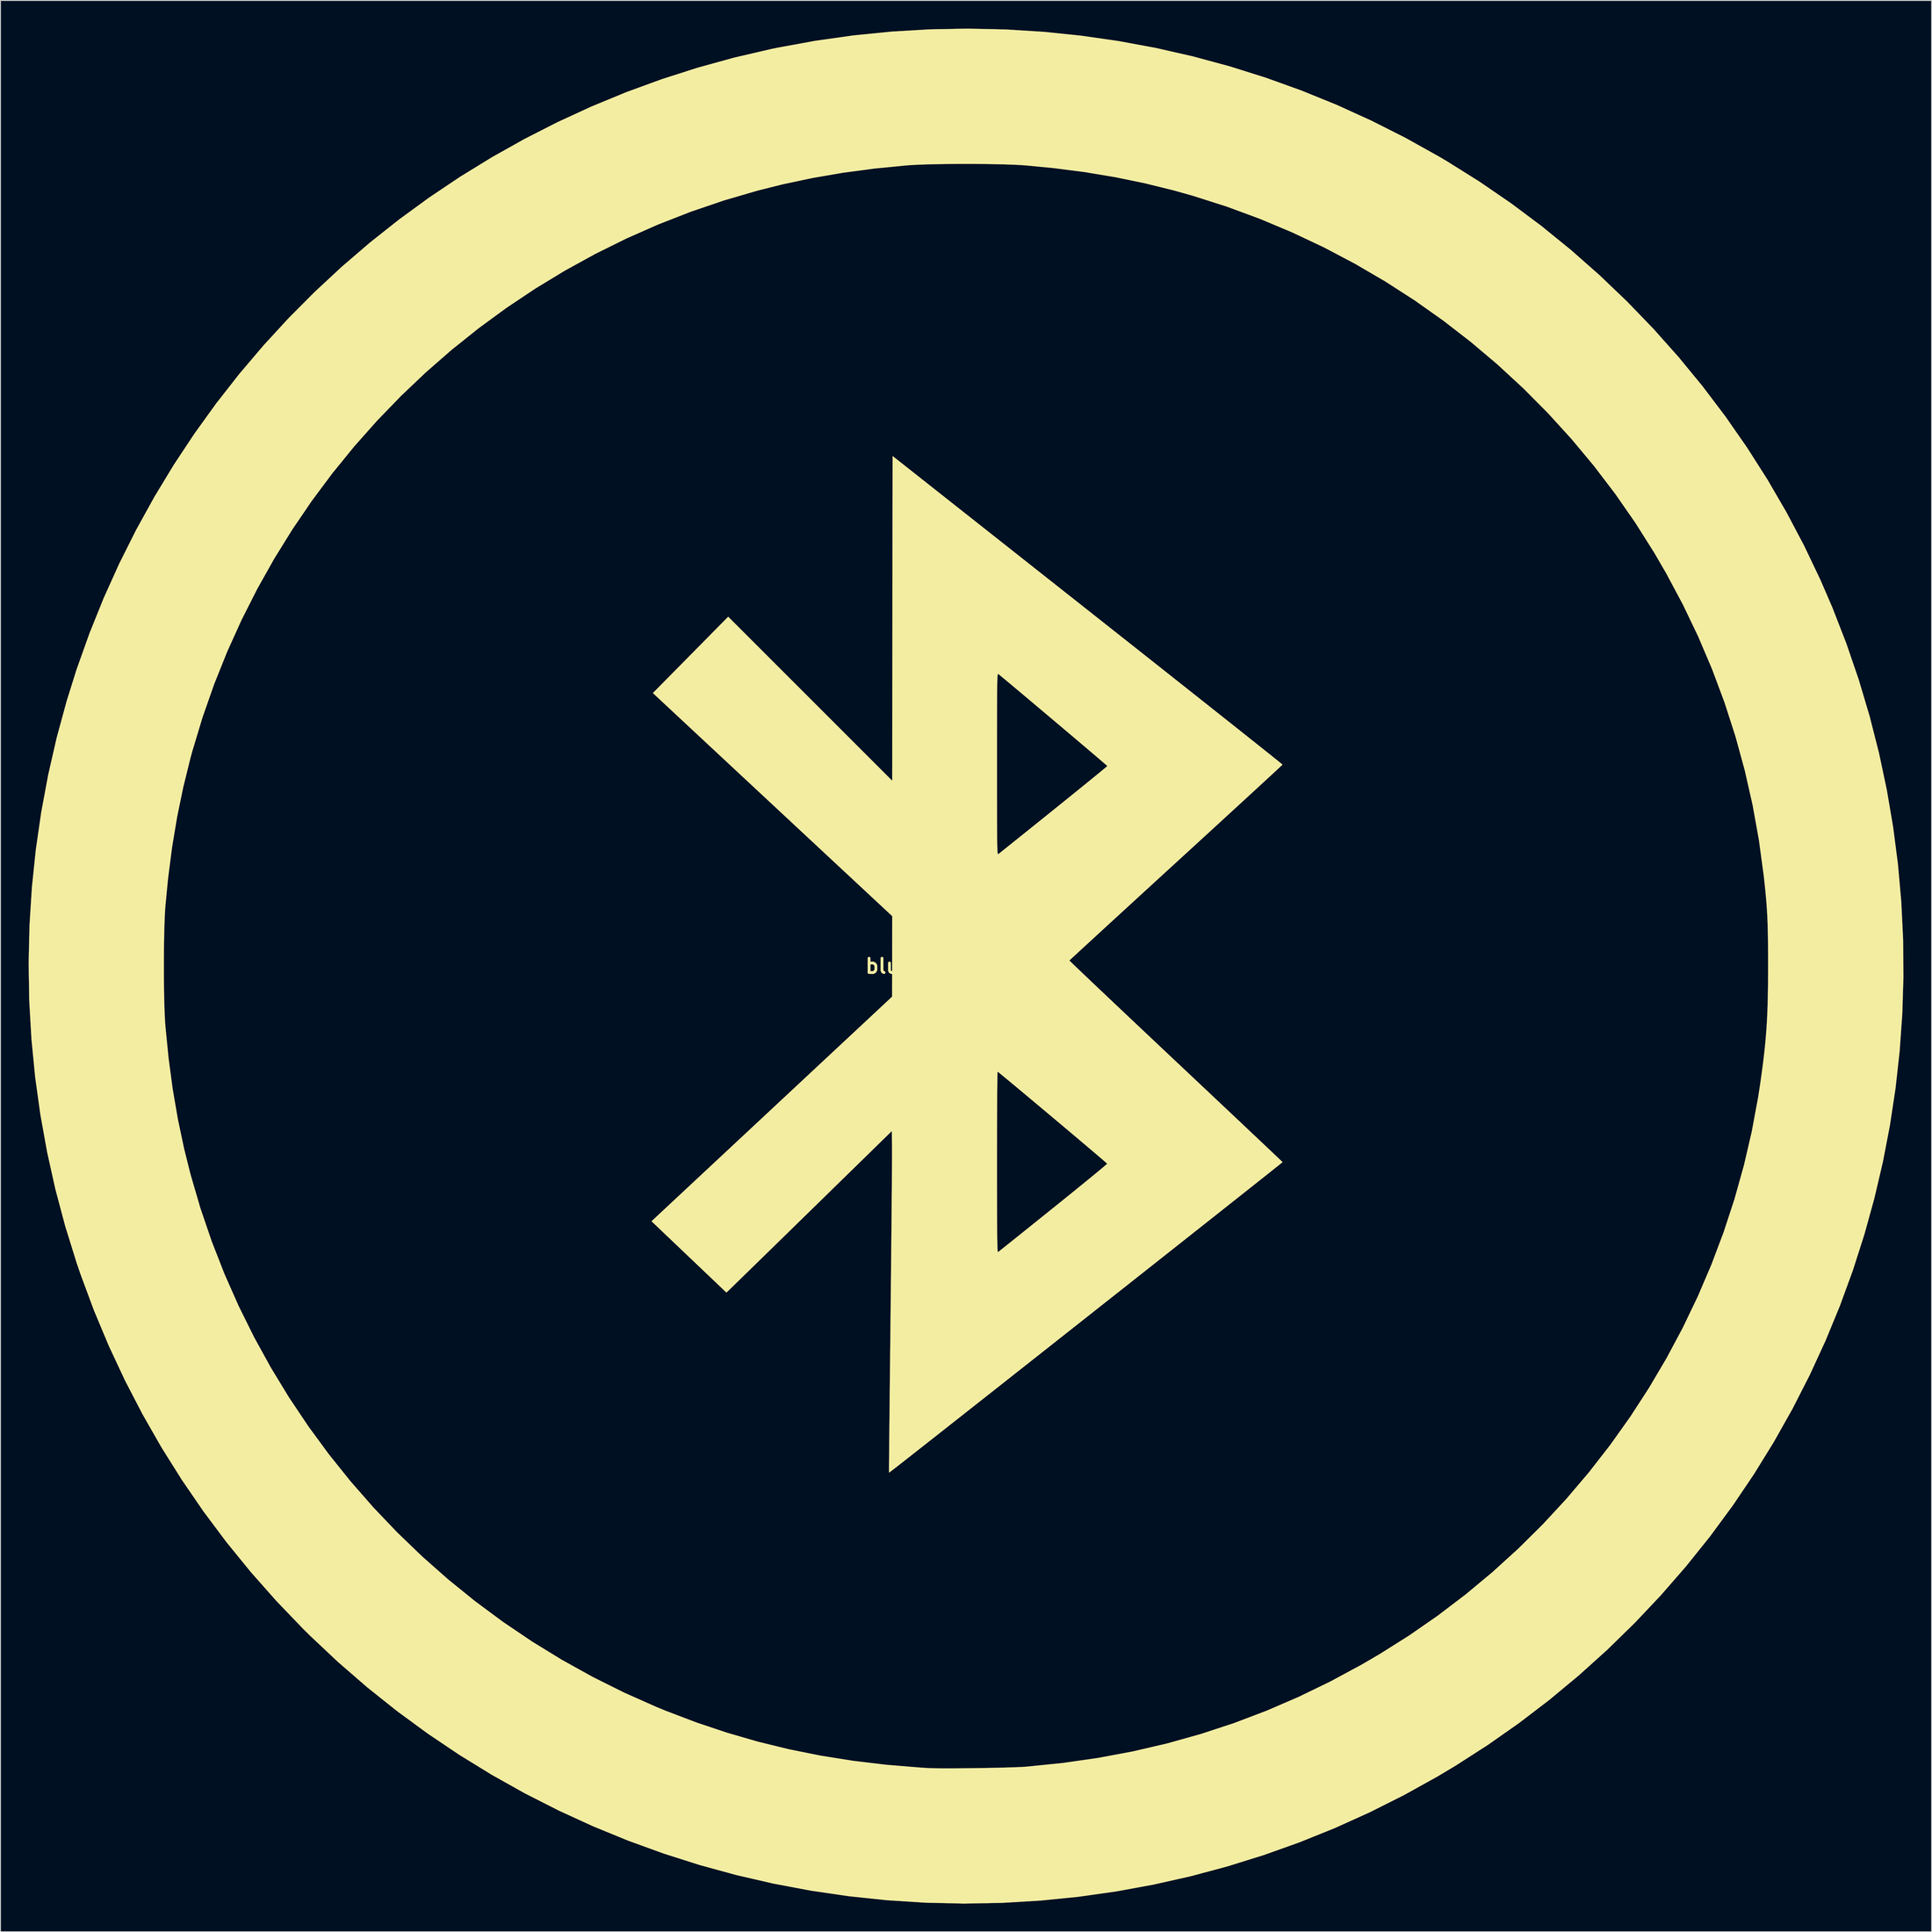
<source format=kicad_pcb>
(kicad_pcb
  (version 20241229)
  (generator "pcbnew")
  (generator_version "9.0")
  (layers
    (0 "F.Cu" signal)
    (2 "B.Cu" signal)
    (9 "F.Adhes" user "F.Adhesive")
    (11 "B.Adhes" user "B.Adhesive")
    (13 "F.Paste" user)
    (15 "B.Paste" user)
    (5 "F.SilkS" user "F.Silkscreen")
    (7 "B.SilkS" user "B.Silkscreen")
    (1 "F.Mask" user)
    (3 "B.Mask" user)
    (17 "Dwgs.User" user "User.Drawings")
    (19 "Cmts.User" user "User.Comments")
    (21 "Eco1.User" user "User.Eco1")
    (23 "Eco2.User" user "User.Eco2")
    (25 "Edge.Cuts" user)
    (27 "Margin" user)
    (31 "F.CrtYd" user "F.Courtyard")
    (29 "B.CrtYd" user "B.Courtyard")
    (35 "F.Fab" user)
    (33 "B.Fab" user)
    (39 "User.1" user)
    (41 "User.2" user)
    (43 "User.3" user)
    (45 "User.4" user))
  (footprint "bluetooth_20x20_F"
    (layer "F.Cu")
    (at 99.988 99.993)
    (property "Reference" "bluetooth_20x20_F" (at 0 0 0) (layer "F.SilkS") (effects (font (size 1.524 1.524) (thickness 0.3))))
    (attr through_hole)
    (fp_poly (pts (xy 4.236 -99.9) (xy 8.275 -99.649) (xy 12.296 -99.235) (xy 16.293 -98.66) (xy 20.263 -97.924) (xy 24.2 -97.028) (xy 28.1 -95.973) (xy 31.957 -94.76) (xy 35.767 -93.389) (xy 39.526 -91.862) (xy 43.228 -90.178) (xy 46.869 -88.34) (xy 50.444 -86.347) (xy 51.344 -85.814) (xy 54.789 -83.654) (xy 58.138 -81.357) (xy 61.387 -78.928) (xy 64.533 -76.371) (xy 67.571 -73.692) (xy 70.498 -70.894) (xy 73.308 -67.982) (xy 75.999 -64.962) (xy 78.566 -61.837) (xy 81.005 -58.613) (xy 83.313 -55.294) (xy 85.484 -51.885) (xy 87.516 -48.39) (xy 89.404 -44.814) (xy 91.144 -41.162) (xy 92.411 -38.227) (xy 93.896 -34.407) (xy 95.217 -30.549) (xy 96.377 -26.657) (xy 97.374 -22.736) (xy 98.211 -18.791) (xy 98.886 -14.826) (xy 99.4 -10.848) (xy 99.755 -6.86) (xy 99.949 -2.868) (xy 99.985 1.124) (xy 99.862 5.111) (xy 99.58 9.087) (xy 99.14 13.049) (xy 98.543 16.991) (xy 97.789 20.908) (xy 96.878 24.795) (xy 95.811 28.648) (xy 94.589 32.462) (xy 93.211 36.232) (xy 91.678 39.952) (xy 89.991 43.619) (xy 88.15 47.227) (xy 86.155 50.771) (xy 84.046 54.187) (xy 81.765 57.565) (xy 79.346 60.848) (xy 76.794 64.03) (xy 74.114 67.107) (xy 71.312 70.074) (xy 68.393 72.926) (xy 65.361 75.658) (xy 62.223 78.265) (xy 58.982 80.742) (xy 55.645 83.084) (xy 52.215 85.288) (xy 50.25 86.463) (xy 46.686 88.439) (xy 43.048 90.265) (xy 39.343 91.939) (xy 35.574 93.459) (xy 31.749 94.824) (xy 27.872 96.032) (xy 23.95 97.083) (xy 19.987 97.974) (xy 15.991 98.705) (xy 11.965 99.274) (xy 7.916 99.679) (xy 3.85 99.92) (xy -0.228 99.994) (xy -4.311 99.901) (xy -8.417 99.639) (xy -12.492 99.212) (xy -16.532 98.621) (xy -20.531 97.868) (xy -24.487 96.956) (xy -28.394 95.887) (xy -32.249 94.661) (xy -36.047 93.281) (xy -39.784 91.749) (xy -43.456 90.067) (xy -47.058 88.237) (xy -50.586 86.26) (xy -54.035 84.139) (xy -57.402 81.874) (xy -60.683 79.469) (xy -63.872 76.926) (xy -66.966 74.245) (xy -69.96 71.428) (xy -70.698 70.698) (xy -73.554 67.723) (xy -76.277 64.644) (xy -78.866 61.465) (xy -81.318 58.189) (xy -83.63 54.82) (xy -85.801 51.362) (xy -87.828 47.817) (xy -89.71 44.191) (xy -91.443 40.485) (xy -93.025 36.705) (xy -94.455 32.853) (xy -94.874 31.623) (xy -96.082 27.737) (xy -97.127 23.809) (xy -98.009 19.846) (xy -98.729 15.854) (xy -99.287 11.838) (xy -99.681 7.805) (xy -99.914 3.76) (xy -99.97 0.485) (xy -85.561 0.485) (xy -85.554 1.624) (xy -85.54 2.726) (xy -85.518 3.766) (xy -85.49 4.718) (xy -85.453 5.556) (xy -85.409 6.255) (xy -85.402 6.35) (xy -85.064 9.787) (xy -84.62 13.11) (xy -84.066 16.339) (xy -83.398 19.495) (xy -82.727 22.183) (xy -81.671 25.799) (xy -80.46 29.351) (xy -79.099 32.835) (xy -77.591 36.245) (xy -75.939 39.579) (xy -74.148 42.831) (xy -72.221 45.998) (xy -70.161 49.075) (xy -67.973 52.058) (xy -65.66 54.944) (xy -63.226 57.727) (xy -60.675 60.404) (xy -58.01 62.97) (xy -55.235 65.422) (xy -52.354 67.754) (xy -49.37 69.964) (xy -46.287 72.046) (xy -43.11 73.996) (xy -39.841 75.811) (xy -36.484 77.486) (xy -33.043 79.017) (xy -31.982 79.452) (xy -28.736 80.687) (xy -25.479 81.777) (xy -22.194 82.728) (xy -18.868 83.542) (xy -15.485 84.222) (xy -12.03 84.771) (xy -8.489 85.194) (xy -4.847 85.492) (xy -3.979 85.545) (xy -3.596 85.559) (xy -3.067 85.568) (xy -2.415 85.573) (xy -1.663 85.573) (xy -0.835 85.569) (xy 0.047 85.562) (xy 0.96 85.551) (xy 1.879 85.537) (xy 2.783 85.52) (xy 3.647 85.501) (xy 4.449 85.48) (xy 5.166 85.457) (xy 5.774 85.433) (xy 6.251 85.407) (xy 6.435 85.394) (xy 10.296 85.003) (xy 14.083 84.461) (xy 17.8 83.765) (xy 21.451 82.916) (xy 25.04 81.911) (xy 28.571 80.75) (xy 32.047 79.43) (xy 35.472 77.952) (xy 38.852 76.314) (xy 42.188 74.513) (xy 44.069 73.417) (xy 47.243 71.417) (xy 50.316 69.286) (xy 53.284 67.028) (xy 56.144 64.648) (xy 58.892 62.151) (xy 61.525 59.542) (xy 64.04 56.825) (xy 66.433 54.006) (xy 68.702 51.09) (xy 70.843 48.081) (xy 72.853 44.984) (xy 74.728 41.805) (xy 76.465 38.548) (xy 78.061 35.218) (xy 79.513 31.82) (xy 80.817 28.359) (xy 81.97 24.839) (xy 82.969 21.267) (xy 83.811 17.646) (xy 84.491 13.982) (xy 84.702 12.615) (xy 84.886 11.309) (xy 85.043 10.1) (xy 85.175 8.961) (xy 85.283 7.862) (xy 85.37 6.774) (xy 85.438 5.67) (xy 85.487 4.521) (xy 85.521 3.297) (xy 85.542 1.971) (xy 85.55 0.514) (xy 85.551 0) (xy 85.549 -1.229) (xy 85.542 -2.313) (xy 85.53 -3.28) (xy 85.51 -4.153) (xy 85.482 -4.958) (xy 85.444 -5.722) (xy 85.396 -6.468) (xy 85.335 -7.223) (xy 85.261 -8.012) (xy 85.173 -8.861) (xy 85.085 -9.652) (xy 84.571 -13.448) (xy 83.896 -17.193) (xy 83.059 -20.887) (xy 82.061 -24.528) (xy 80.903 -28.116) (xy 79.584 -31.65) (xy 78.105 -35.129) (xy 76.466 -38.553) (xy 74.668 -41.919) (xy 73.419 -44.069) (xy 71.403 -47.263) (xy 69.255 -50.356) (xy 66.979 -53.343) (xy 64.579 -56.221) (xy 62.06 -58.988) (xy 59.427 -61.638) (xy 56.684 -64.169) (xy 53.835 -66.577) (xy 50.887 -68.859) (xy 47.842 -71.011) (xy 44.706 -73.03) (xy 41.484 -74.912) (xy 38.18 -76.654) (xy 34.798 -78.252) (xy 31.344 -79.703) (xy 27.822 -81.003) (xy 24.236 -82.148) (xy 22.183 -82.727) (xy 19.073 -83.495) (xy 15.909 -84.147) (xy 12.668 -84.686) (xy 9.331 -85.116) (xy 6.35 -85.402) (xy 5.675 -85.447) (xy 4.857 -85.484) (xy 3.921 -85.514) (xy 2.894 -85.537) (xy 1.799 -85.552) (xy 0.665 -85.56) (xy -0.485 -85.561) (xy -1.624 -85.554) (xy -2.726 -85.54) (xy -3.766 -85.518) (xy -4.718 -85.49) (xy -5.556 -85.453) (xy -6.255 -85.409) (xy -6.35 -85.402) (xy -9.787 -85.064) (xy -13.11 -84.62) (xy -16.339 -84.066) (xy -19.495 -83.398) (xy -22.183 -82.727) (xy -25.8 -81.671) (xy -29.35 -80.462) (xy -32.828 -79.104) (xy -36.231 -77.601) (xy -39.554 -75.956) (xy -42.794 -74.174) (xy -45.947 -72.258) (xy -49.01 -70.212) (xy -51.977 -68.04) (xy -54.846 -65.746) (xy -57.613 -63.333) (xy -60.273 -60.806) (xy -62.824 -58.167) (xy -65.26 -55.422) (xy -67.579 -52.574) (xy -69.777 -49.626) (xy -71.849 -46.583) (xy -73.792 -43.449) (xy -75.602 -40.226) (xy -77.275 -36.92) (xy -78.807 -33.533) (xy -80.195 -30.07) (xy -81.435 -26.534) (xy -82.523 -22.93) (xy -82.727 -22.183) (xy -83.495 -19.073) (xy -84.147 -15.909) (xy -84.686 -12.668) (xy -85.116 -9.331) (xy -85.402 -6.35) (xy -85.447 -5.675) (xy -85.484 -4.857) (xy -85.514 -3.921) (xy -85.537 -2.894) (xy -85.552 -1.799) (xy -85.56 -0.665) (xy -85.561 0.485) (xy -99.97 0.485) (xy -99.983 -0.291) (xy -99.89 -4.341) (xy -99.635 -8.384) (xy -99.217 -12.416) (xy -98.636 -16.429) (xy -97.893 -20.417) (xy -96.987 -24.375) (xy -95.918 -28.297) (xy -94.874 -31.623) (xy -93.504 -35.465) (xy -91.987 -39.23) (xy -90.324 -42.915) (xy -88.521 -46.515) (xy -86.581 -50.028) (xy -84.508 -53.451) (xy -82.305 -56.78) (xy -79.977 -60.012) (xy -77.526 -63.143) (xy -74.957 -66.17) (xy -72.273 -69.091) (xy -69.478 -71.901) (xy -66.576 -74.597) (xy -63.57 -77.177) (xy -60.465 -79.636) (xy -57.263 -81.972) (xy -53.969 -84.182) (xy -50.586 -86.261) (xy -47.118 -88.207) (xy -43.569 -90.016) (xy -39.942 -91.685) (xy -36.242 -93.211) (xy -32.471 -94.59) (xy -28.633 -95.82) (xy -24.733 -96.896) (xy -20.774 -97.816) (xy -20.119 -97.952) (xy -16.069 -98.692) (xy -12.01 -99.265) (xy -7.945 -99.671) (xy -3.879 -99.912) (xy 0.183 -99.988) (xy 4.236 -99.9)) (stroke (width 0.01) (type solid)) (fill yes) (layer "F.SilkS"))
    (fp_poly (pts (xy 12.971 -37.976) (xy 14.626 -36.669) (xy 16.245 -35.39) (xy 17.825 -34.141) (xy 19.36 -32.927) (xy 20.845 -31.752) (xy 22.276 -30.62) (xy 23.646 -29.535) (xy 24.952 -28.501) (xy 26.188 -27.521) (xy 27.349 -26.601) (xy 28.431 -25.743) (xy 29.427 -24.952) (xy 30.333 -24.231) (xy 31.145 -23.586) (xy 31.856 -23.019) (xy 32.463 -22.535) (xy 32.959 -22.137) (xy 33.34 -21.83) (xy 33.601 -21.618) (xy 33.737 -21.505) (xy 33.757 -21.486) (xy 33.694 -21.424) (xy 33.512 -21.252) (xy 33.217 -20.978) (xy 32.817 -20.607) (xy 32.316 -20.144) (xy 31.721 -19.596) (xy 31.039 -18.968) (xy 30.275 -18.265) (xy 29.436 -17.494) (xy 28.528 -16.66) (xy 27.557 -15.769) (xy 26.53 -14.826) (xy 25.453 -13.838) (xy 24.331 -12.81) (xy 23.172 -11.748) (xy 22.394 -11.036) (xy 21.213 -9.955) (xy 20.066 -8.904) (xy 18.959 -7.889) (xy 17.898 -6.916) (xy 16.889 -5.991) (xy 15.94 -5.12) (xy 15.054 -4.308) (xy 14.24 -3.56) (xy 13.504 -2.883) (xy 12.851 -2.283) (xy 12.287 -1.764) (xy 11.82 -1.333) (xy 11.454 -0.996) (xy 11.197 -0.758) (xy 11.055 -0.624) (xy 11.027 -0.596) (xy 11.085 -0.534) (xy 11.261 -0.361) (xy 11.548 -0.084) (xy 11.94 0.292) (xy 12.431 0.76) (xy 13.016 1.316) (xy 13.687 1.954) (xy 14.439 2.667) (xy 15.266 3.45) (xy 16.162 4.297) (xy 17.12 5.203) (xy 18.135 6.162) (xy 19.201 7.167) (xy 20.311 8.214) (xy 21.459 9.296) (xy 22.372 10.156) (xy 23.547 11.262) (xy 24.688 12.337) (xy 25.79 13.375) (xy 26.847 14.371) (xy 27.852 15.319) (xy 28.799 16.212) (xy 29.683 17.046) (xy 30.496 17.814) (xy 31.234 18.511) (xy 31.89 19.13) (xy 32.457 19.667) (xy 32.931 20.116) (xy 33.304 20.47) (xy 33.57 20.724) (xy 33.724 20.872) (xy 33.762 20.911) (xy 33.698 20.965) (xy 33.507 21.12) (xy 33.195 21.369) (xy 32.769 21.709) (xy 32.234 22.135) (xy 31.597 22.641) (xy 30.863 23.222) (xy 30.039 23.875) (xy 29.132 24.594) (xy 28.147 25.374) (xy 27.09 26.211) (xy 25.967 27.099) (xy 24.785 28.033) (xy 23.55 29.01) (xy 22.267 30.024) (xy 20.943 31.07) (xy 19.585 32.143) (xy 18.198 33.239) (xy 16.788 34.353) (xy 15.361 35.479) (xy 13.924 36.613) (xy 12.483 37.751) (xy 11.044 38.887) (xy 9.613 40.016) (xy 8.196 41.135) (xy 6.799 42.237) (xy 5.428 43.317) (xy 4.091 44.373) (xy 2.791 45.397) (xy 1.537 46.386) (xy 0.333 47.334) (xy -0.813 48.238) (xy -1.897 49.091) (xy -2.911 49.889) (xy -3.85 50.628) (xy -4.707 51.302) (xy -5.476 51.906) (xy -6.152 52.437) (xy -6.727 52.888) (xy -7.197 53.255) (xy -7.554 53.534) (xy -7.793 53.719) (xy -7.889 53.792) (xy -8.213 54.032) (xy -8.213 53.241) (xy -8.212 53.076) (xy -8.209 52.75) (xy -8.205 52.272) (xy -8.199 51.651) (xy -8.192 50.897) (xy -8.183 50.017) (xy -8.173 49.021) (xy -8.161 47.918) (xy -8.149 46.716) (xy -8.135 45.425) (xy -8.121 44.052) (xy -8.105 42.608) (xy -8.089 41.101) (xy -8.072 39.539) (xy -8.055 37.932) (xy -8.041 36.618) (xy -8.023 34.968) (xy -8.006 33.347) (xy -7.99 31.767) (xy -7.974 30.236) (xy -7.96 28.764) (xy -7.947 27.36) (xy -7.935 26.034) (xy -7.924 24.795) (xy -7.915 23.653) (xy -7.907 22.616) (xy -7.9 21.695) (xy -7.895 20.918) (xy 3.302 20.918) (xy 3.302 22.452) (xy 3.303 23.824) (xy 3.305 25.042) (xy 3.308 26.115) (xy 3.312 27.049) (xy 3.316 27.853) (xy 3.322 28.533) (xy 3.329 29.099) (xy 3.338 29.558) (xy 3.348 29.916) (xy 3.359 30.184) (xy 3.372 30.367) (xy 3.386 30.473) (xy 3.403 30.512) (xy 3.408 30.511) (xy 3.488 30.45) (xy 3.691 30.29) (xy 4.006 30.039) (xy 4.424 29.706) (xy 4.936 29.297) (xy 5.531 28.82) (xy 6.2 28.284) (xy 6.933 27.696) (xy 7.721 27.064) (xy 8.554 26.395) (xy 9.296 25.798) (xy 10.157 25.105) (xy 10.979 24.442) (xy 11.752 23.815) (xy 12.467 23.234) (xy 13.114 22.706) (xy 13.684 22.238) (xy 14.168 21.839) (xy 14.556 21.515) (xy 14.839 21.275) (xy 15.008 21.126) (xy 15.054 21.078) (xy 14.986 21.012) (xy 14.8 20.848) (xy 14.507 20.595) (xy 14.117 20.262) (xy 13.643 19.858) (xy 13.094 19.393) (xy 12.484 18.876) (xy 11.822 18.317) (xy 11.12 17.725) (xy 10.389 17.109) (xy 9.64 16.48) (xy 8.885 15.846) (xy 8.135 15.216) (xy 7.401 14.601) (xy 6.694 14.01) (xy 6.026 13.452) (xy 5.407 12.936) (xy 4.849 12.472) (xy 4.364 12.069) (xy 3.961 11.738) (xy 3.654 11.486) (xy 3.452 11.324) (xy 3.367 11.261) (xy 3.365 11.261) (xy 3.357 11.344) (xy 3.349 11.585) (xy 3.342 11.975) (xy 3.334 12.502) (xy 3.328 13.156) (xy 3.322 13.927) (xy 3.316 14.803) (xy 3.312 15.774) (xy 3.308 16.829) (xy 3.305 17.958) (xy 3.303 19.151) (xy 3.302 20.396) (xy 3.302 20.918) (xy -7.895 20.918) (xy -7.895 20.899) (xy -7.892 20.237) (xy -7.891 19.719) (xy -7.891 19.354) (xy -7.892 19.193) (xy -7.916 17.6) (xy -16.52 26.009) (xy -17.534 27) (xy -18.518 27.961) (xy -19.463 28.885) (xy -20.364 29.765) (xy -21.212 30.593) (xy -22.002 31.364) (xy -22.725 32.07) (xy -23.375 32.704) (xy -23.945 33.259) (xy -24.427 33.73) (xy -24.815 34.108) (xy -25.102 34.387) (xy -25.281 34.56) (xy -25.341 34.618) (xy -25.56 34.819) (xy -28.929 31.612) (xy -29.583 30.989) (xy -30.219 30.384) (xy -30.822 29.81) (xy -31.378 29.28) (xy -31.874 28.809) (xy -32.295 28.408) (xy -32.627 28.091) (xy -32.857 27.872) (xy -32.921 27.811) (xy -33.545 27.217) (xy -7.881 3.26) (xy -7.877 -1.035) (xy -7.874 -5.329) (xy -20.384 -16.985) (xy -21.623 -18.14) (xy -22.831 -19.266) (xy -24.002 -20.357) (xy -25.13 -21.408) (xy -26.209 -22.414) (xy -27.233 -23.368) (xy -28.195 -24.265) (xy -29.091 -25.1) (xy -29.913 -25.867) (xy -30.656 -26.56) (xy -31.314 -27.174) (xy -31.881 -27.703) (xy -32.351 -28.141) (xy -32.718 -28.484) (xy -32.976 -28.725) (xy -33.119 -28.859) (xy -33.145 -28.883) (xy -33.397 -29.124) (xy -31.578 -30.966) (xy -31.054 -31.498) (xy -30.443 -32.116) (xy -29.778 -32.79) (xy -29.092 -33.486) (xy -28.417 -34.17) (xy -27.785 -34.811) (xy -27.564 -35.036) (xy -25.368 -37.263) (xy -16.621 -28.517) (xy -7.874 -19.77) (xy -7.872 -21.548) (xy 3.302 -21.548) (xy 3.302 -20.06) (xy 3.302 -18.734) (xy 3.303 -17.558) (xy 3.304 -16.525) (xy 3.306 -15.625) (xy 3.309 -14.849) (xy 3.312 -14.189) (xy 3.317 -13.635) (xy 3.323 -13.178) (xy 3.331 -12.809) (xy 3.34 -12.519) (xy 3.35 -12.3) (xy 3.363 -12.142) (xy 3.377 -12.036) (xy 3.394 -11.973) (xy 3.413 -11.945) (xy 3.434 -11.941) (xy 3.458 -11.954) (xy 3.459 -11.954) (xy 3.548 -12.023) (xy 3.758 -12.19) (xy 4.081 -12.448) (xy 4.506 -12.788) (xy 5.023 -13.202) (xy 5.624 -13.684) (xy 6.297 -14.224) (xy 7.034 -14.816) (xy 7.824 -15.45) (xy 8.657 -16.12) (xy 9.344 -16.673) (xy 10.201 -17.363) (xy 11.019 -18.023) (xy 11.789 -18.646) (xy 12.501 -19.223) (xy 13.146 -19.746) (xy 13.713 -20.209) (xy 14.195 -20.603) (xy 14.581 -20.921) (xy 14.861 -21.154) (xy 15.027 -21.296) (xy 15.071 -21.338) (xy 15.008 -21.398) (xy 14.826 -21.557) (xy 14.537 -21.805) (xy 14.152 -22.135) (xy 13.682 -22.535) (xy 13.139 -22.998) (xy 12.533 -23.512) (xy 11.875 -24.069) (xy 11.177 -24.66) (xy 10.45 -25.275) (xy 9.705 -25.904) (xy 8.954 -26.538) (xy 8.207 -27.167) (xy 7.475 -27.783) (xy 6.771 -28.376) (xy 6.105 -28.936) (xy 5.488 -29.454) (xy 4.931 -29.92) (xy 4.446 -30.325) (xy 4.044 -30.66) (xy 3.735 -30.915) (xy 3.532 -31.08) (xy 3.455 -31.141) (xy 3.431 -31.153) (xy 3.411 -31.147) (xy 3.392 -31.115) (xy 3.376 -31.046) (xy 3.361 -30.933) (xy 3.349 -30.766) (xy 3.339 -30.537) (xy 3.33 -30.235) (xy 3.323 -29.853) (xy 3.317 -29.381) (xy 3.312 -28.81) (xy 3.309 -28.131) (xy 3.306 -27.336) (xy 3.304 -26.415) (xy 3.303 -25.359) (xy 3.302 -24.159) (xy 3.302 -22.806) (xy 3.302 -21.548) (xy -7.872 -21.548) (xy -7.853 -37.087) (xy -7.832 -54.404) (xy 12.971 -37.976)) (stroke (width 0.01) (type solid)) (fill yes) (layer "F.SilkS")))
  (gr_rect
    (start -3 -3)
    (end 202.978 202.992)
    (stroke (width 0.1) (type default))
    (fill no)
    (layer "Edge.Cuts")))
</source>
